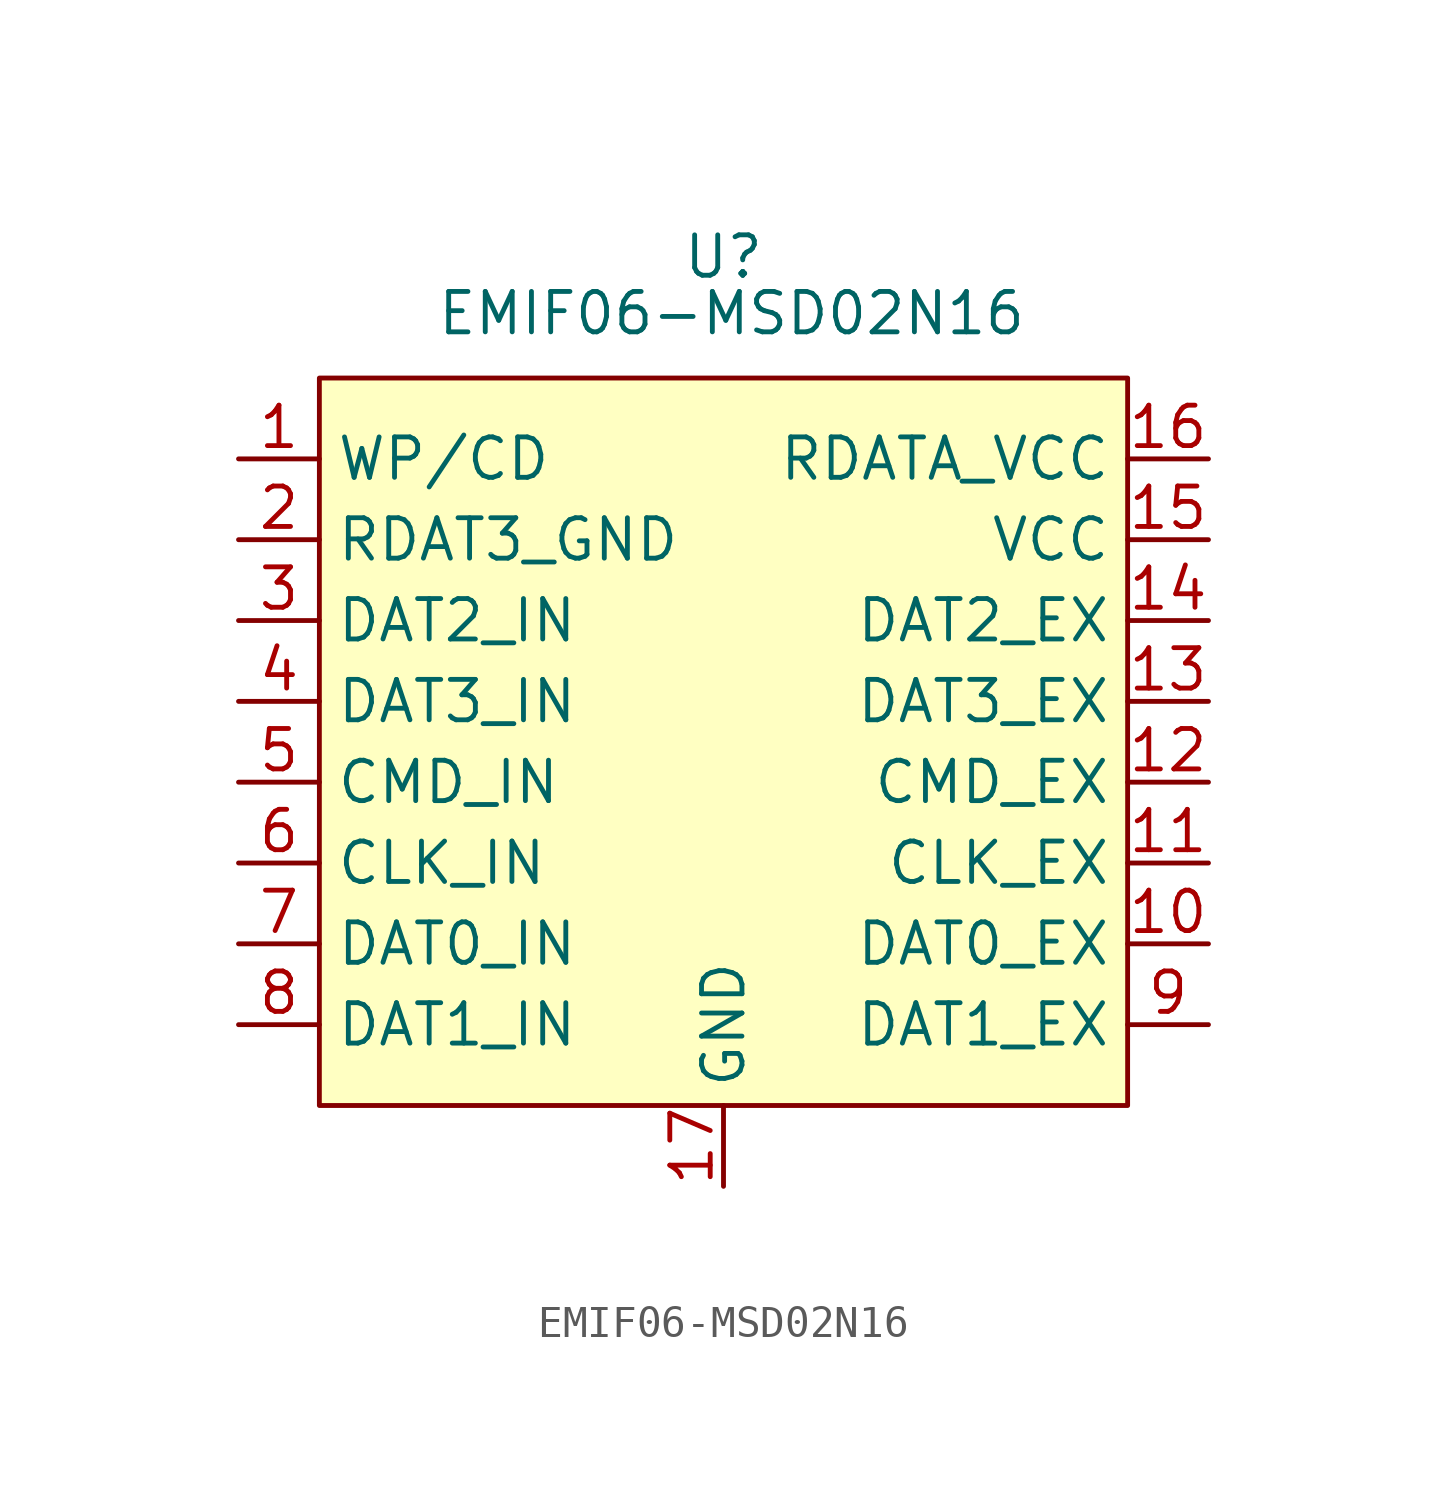
<source format=kicad_sym>
(kicad_symbol_lib
  (version 20231120)
  (generator "kicad_symbol_editor")
  (generator_version "8.0")
  (symbol "EMIF06-MSD02N16"
    (property "Reference" "U"
      (at 0 0 0)
      (effects (font (size 1.27 1.27))))
    (property "Value" "EMIF06-MSD02N16"
      (at 0.254 -1.778 0)
      (effects (font (size 1.27 1.27))))
    (symbol "EMIF06-MSD02N16_1_1"
      (rectangle (start -12.7 -3.81) (end 12.7 -26.67) (stroke (width 0) (type default)) (fill (type background)))
      (pin input line (at -15.24 -6.35 0) (length 2.54) (name "WP/CD" (effects (font (size 1.27 1.27)))) (number "1" (effects (font (size 1.27 1.27)))))
      (pin bidirectional line (at 15.24 -21.59 180) (length 2.54) (name "DAT0_EX" (effects (font (size 1.27 1.27)))) (number "10" (effects (font (size 1.27 1.27)))))
      (pin output line (at 15.24 -19.05 180) (length 2.54) (name "CLK_EX" (effects (font (size 1.27 1.27)))) (number "11" (effects (font (size 1.27 1.27)))))
      (pin output line (at 15.24 -16.51 180) (length 2.54) (name "CMD_EX" (effects (font (size 1.27 1.27)))) (number "12" (effects (font (size 1.27 1.27)))))
      (pin bidirectional line (at 15.24 -13.97 180) (length 2.54) (name "DAT3_EX" (effects (font (size 1.27 1.27)))) (number "13" (effects (font (size 1.27 1.27)))))
      (pin bidirectional line (at 15.24 -11.43 180) (length 2.54) (name "DAT2_EX" (effects (font (size 1.27 1.27)))) (number "14" (effects (font (size 1.27 1.27)))))
      (pin power_in line (at 15.24 -8.89 180) (length 2.54) (name "VCC" (effects (font (size 1.27 1.27)))) (number "15" (effects (font (size 1.27 1.27)))))
      (pin input line (at 15.24 -6.35 180) (length 2.54) (name "RDATA_VCC" (effects (font (size 1.27 1.27)))) (number "16" (effects (font (size 1.27 1.27)))))
      (pin power_in line (at 0 -29.21 90) (length 2.54) (name "GND" (effects (font (size 1.27 1.27)))) (number "17" (effects (font (size 1.27 1.27)))))
      (pin input line (at -15.24 -8.89 0) (length 2.54) (name "RDAT3_GND" (effects (font (size 1.27 1.27)))) (number "2" (effects (font (size 1.27 1.27)))))
      (pin bidirectional line (at -15.24 -11.43 0) (length 2.54) (name "DAT2_IN" (effects (font (size 1.27 1.27)))) (number "3" (effects (font (size 1.27 1.27)))))
      (pin bidirectional line (at -15.24 -13.97 0) (length 2.54) (name "DAT3_IN" (effects (font (size 1.27 1.27)))) (number "4" (effects (font (size 1.27 1.27)))))
      (pin input line (at -15.24 -16.51 0) (length 2.54) (name "CMD_IN" (effects (font (size 1.27 1.27)))) (number "5" (effects (font (size 1.27 1.27)))))
      (pin input line (at -15.24 -19.05 0) (length 2.54) (name "CLK_IN" (effects (font (size 1.27 1.27)))) (number "6" (effects (font (size 1.27 1.27)))))
      (pin bidirectional line (at -15.24 -21.59 0) (length 2.54) (name "DAT0_IN" (effects (font (size 1.27 1.27)))) (number "7" (effects (font (size 1.27 1.27)))))
      (pin bidirectional line (at -15.24 -24.13 0) (length 2.54) (name "DAT1_IN" (effects (font (size 1.27 1.27)))) (number "8" (effects (font (size 1.27 1.27)))))
      (pin bidirectional line (at 15.24 -24.13 180) (length 2.54) (name "DAT1_EX" (effects (font (size 1.27 1.27)))) (number "9" (effects (font (size 1.27 1.27))))))))
</source>
